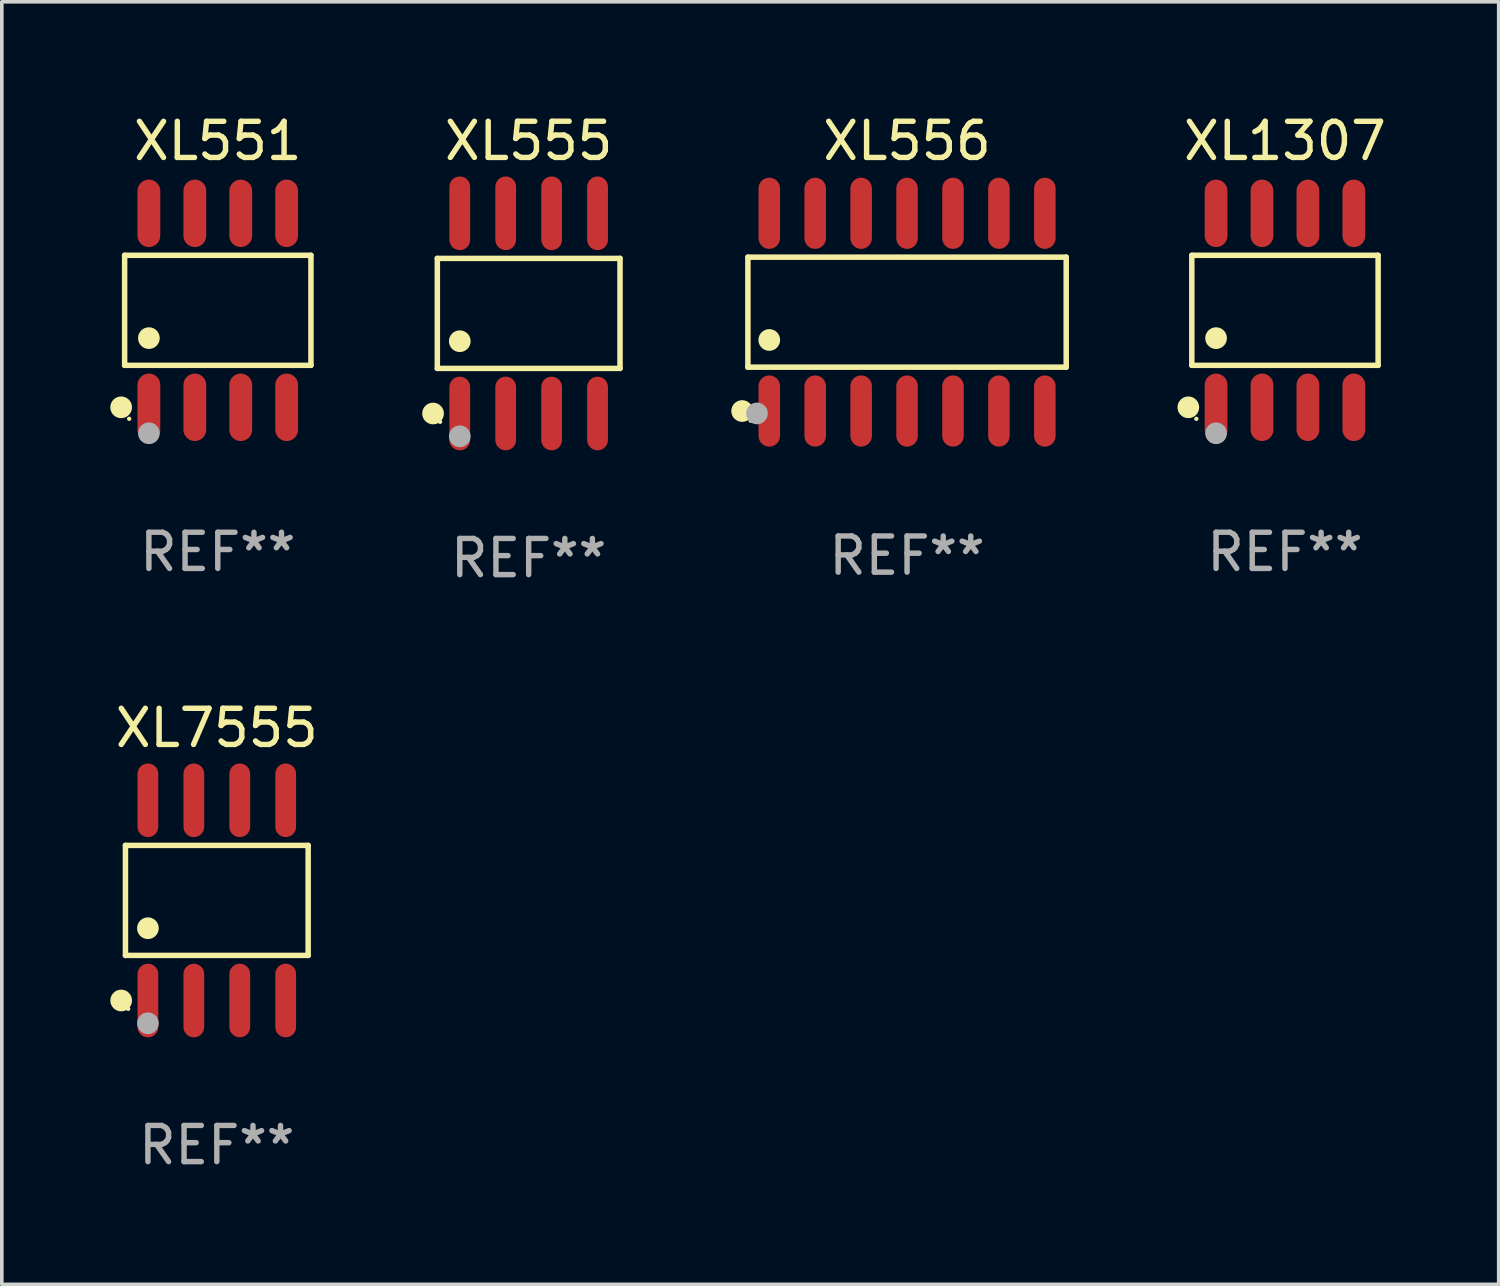
<source format=kicad_pcb>
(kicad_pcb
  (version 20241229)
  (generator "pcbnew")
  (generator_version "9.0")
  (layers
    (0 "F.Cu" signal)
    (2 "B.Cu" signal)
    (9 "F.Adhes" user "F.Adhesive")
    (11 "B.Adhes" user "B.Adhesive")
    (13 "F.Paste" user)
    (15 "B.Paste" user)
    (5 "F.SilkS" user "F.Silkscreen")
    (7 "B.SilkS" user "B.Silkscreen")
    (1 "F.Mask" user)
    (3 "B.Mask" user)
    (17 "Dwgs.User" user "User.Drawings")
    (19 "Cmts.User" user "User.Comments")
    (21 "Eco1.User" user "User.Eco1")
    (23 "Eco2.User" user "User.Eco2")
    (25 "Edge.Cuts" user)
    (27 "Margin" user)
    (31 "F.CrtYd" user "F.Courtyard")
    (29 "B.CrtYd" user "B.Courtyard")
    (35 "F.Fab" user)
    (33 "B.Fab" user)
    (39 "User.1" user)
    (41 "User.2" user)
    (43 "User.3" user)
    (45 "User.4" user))
  (footprint "XL1307"
    (layer "F.Cu")
    (at 32.482 5.531)
    (property "Reference" "XL1307" (at 0 -4.682 0) (layer "F.SilkS") (effects (font (size 1 1) (thickness 0.15))))
    (attr through_hole)
    (fp_line (start -2.576 -1.521) (end 2.576 -1.521) (stroke (width 0.152) (type solid)) (layer "F.SilkS"))
    (fp_line (start -2.576 1.521) (end -2.576 -1.521) (stroke (width 0.152) (type solid)) (layer "F.SilkS"))
    (fp_line (start 2.576 -1.521) (end 2.576 1.521) (stroke (width 0.152) (type solid)) (layer "F.SilkS"))
    (fp_line (start 2.576 1.521) (end -2.576 1.521) (stroke (width 0.152) (type solid)) (layer "F.SilkS"))
    (fp_circle (center -2.672 2.682) (end -2.522 2.682) (stroke (width 0.3) (type solid)) (fill no) (layer "F.SilkS"))
    (fp_circle (center -2.45 3) (end -2.42 3) (stroke (width 0.06) (type solid)) (fill no) (layer "F.SilkS"))
    (fp_circle (center -1.905 0.769) (end -1.755 0.769) (stroke (width 0.3) (type solid)) (fill no) (layer "F.SilkS"))
    (fp_circle (center -1.905 3.4) (end -1.755 3.4) (stroke (width 0.3) (type solid)) (fill no) (layer "F.Fab"))
    (fp_text user "REF**" (at 0 6.682 0) (layer "F.Fab") (effects (font (size 1 1) (thickness 0.15))))
    (pad "1" smd oval (at -1.905 2.682) (size 0.63 1.865) (layers "F.Cu" "F.Mask" "F.Paste"))
    (pad "2" smd oval (at -0.635 2.682) (size 0.63 1.865) (layers "F.Cu" "F.Mask" "F.Paste"))
    (pad "3" smd oval (at 0.635 2.682) (size 0.63 1.865) (layers "F.Cu" "F.Mask" "F.Paste"))
    (pad "4" smd oval (at 1.905 2.682) (size 0.63 1.865) (layers "F.Cu" "F.Mask" "F.Paste"))
    (pad "5" smd oval (at 1.905 -2.682) (size 0.63 1.865) (layers "F.Cu" "F.Mask" "F.Paste"))
    (pad "6" smd oval (at 0.635 -2.682) (size 0.63 1.865) (layers "F.Cu" "F.Mask" "F.Paste"))
    (pad "7" smd oval (at -0.635 -2.682) (size 0.63 1.865) (layers "F.Cu" "F.Mask" "F.Paste"))
    (pad "8" smd oval (at -1.905 -2.682) (size 0.63 1.865) (layers "F.Cu" "F.Mask" "F.Paste")))
  (footprint "XL555"
    (layer "F.Cu")
    (at 11.569 5.616)
    (property "Reference" "XL555" (at 0 -4.768 0) (layer "F.SilkS") (effects (font (size 1 1) (thickness 0.15))))
    (attr through_hole)
    (fp_line (start -2.526 -1.521) (end 2.526 -1.521) (stroke (width 0.152) (type solid)) (layer "F.SilkS"))
    (fp_line (start -2.526 1.521) (end -2.526 -1.521) (stroke (width 0.152) (type solid)) (layer "F.SilkS"))
    (fp_line (start 2.526 -1.521) (end 2.526 1.521) (stroke (width 0.152) (type solid)) (layer "F.SilkS"))
    (fp_line (start 2.526 1.521) (end -2.526 1.521) (stroke (width 0.152) (type solid)) (layer "F.SilkS"))
    (fp_circle (center -2.644 2.768) (end -2.494 2.768) (stroke (width 0.3) (type solid)) (fill no) (layer "F.SilkS"))
    (fp_circle (center -2.45 2.998) (end -2.42 2.998) (stroke (width 0.06) (type solid)) (fill no) (layer "F.SilkS"))
    (fp_circle (center -1.905 0.769) (end -1.755 0.769) (stroke (width 0.3) (type solid)) (fill no) (layer "F.SilkS"))
    (fp_circle (center -1.905 3.398) (end -1.755 3.398) (stroke (width 0.3) (type solid)) (fill no) (layer "F.Fab"))
    (fp_text user "REF**" (at 0 6.768 0) (layer "F.Fab") (effects (font (size 1 1) (thickness 0.15))))
    (pad "1" smd oval (at -1.905 2.768) (size 0.574 2.036) (layers "F.Cu" "F.Mask" "F.Paste"))
    (pad "2" smd oval (at -0.635 2.768) (size 0.574 2.036) (layers "F.Cu" "F.Mask" "F.Paste"))
    (pad "3" smd oval (at 0.635 2.768) (size 0.574 2.036) (layers "F.Cu" "F.Mask" "F.Paste"))
    (pad "4" smd oval (at 1.905 2.768) (size 0.574 2.036) (layers "F.Cu" "F.Mask" "F.Paste"))
    (pad "5" smd oval (at 1.905 -2.768) (size 0.574 2.036) (layers "F.Cu" "F.Mask" "F.Paste"))
    (pad "6" smd oval (at 0.635 -2.768) (size 0.574 2.036) (layers "F.Cu" "F.Mask" "F.Paste"))
    (pad "7" smd oval (at -0.635 -2.768) (size 0.574 2.036) (layers "F.Cu" "F.Mask" "F.Paste"))
    (pad "8" smd oval (at -1.905 -2.768) (size 0.574 2.036) (layers "F.Cu" "F.Mask" "F.Paste")))
  (footprint "XL7555"
    (layer "F.Cu")
    (at 2.945 21.848)
    (property "Reference" "XL7555" (at 0 -4.768 0) (layer "F.SilkS") (effects (font (size 1 1) (thickness 0.15))))
    (attr through_hole)
    (fp_line (start -2.526 -1.521) (end 2.526 -1.521) (stroke (width 0.152) (type solid)) (layer "F.SilkS"))
    (fp_line (start -2.526 1.521) (end -2.526 -1.521) (stroke (width 0.152) (type solid)) (layer "F.SilkS"))
    (fp_line (start 2.526 -1.521) (end 2.526 1.521) (stroke (width 0.152) (type solid)) (layer "F.SilkS"))
    (fp_line (start 2.526 1.521) (end -2.526 1.521) (stroke (width 0.152) (type solid)) (layer "F.SilkS"))
    (fp_circle (center -2.644 2.768) (end -2.494 2.768) (stroke (width 0.3) (type solid)) (fill no) (layer "F.SilkS"))
    (fp_circle (center -2.45 2.998) (end -2.42 2.998) (stroke (width 0.06) (type solid)) (fill no) (layer "F.SilkS"))
    (fp_circle (center -1.905 0.769) (end -1.755 0.769) (stroke (width 0.3) (type solid)) (fill no) (layer "F.SilkS"))
    (fp_circle (center -1.905 3.398) (end -1.755 3.398) (stroke (width 0.3) (type solid)) (fill no) (layer "F.Fab"))
    (fp_text user "REF**" (at 0 6.768 0) (layer "F.Fab") (effects (font (size 1 1) (thickness 0.15))))
    (pad "1" smd oval (at -1.905 2.768) (size 0.574 2.036) (layers "F.Cu" "F.Mask" "F.Paste"))
    (pad "2" smd oval (at -0.635 2.768) (size 0.574 2.036) (layers "F.Cu" "F.Mask" "F.Paste"))
    (pad "3" smd oval (at 0.635 2.768) (size 0.574 2.036) (layers "F.Cu" "F.Mask" "F.Paste"))
    (pad "4" smd oval (at 1.905 2.768) (size 0.574 2.036) (layers "F.Cu" "F.Mask" "F.Paste"))
    (pad "5" smd oval (at 1.905 -2.768) (size 0.574 2.036) (layers "F.Cu" "F.Mask" "F.Paste"))
    (pad "6" smd oval (at 0.635 -2.768) (size 0.574 2.036) (layers "F.Cu" "F.Mask" "F.Paste"))
    (pad "7" smd oval (at -0.635 -2.768) (size 0.574 2.036) (layers "F.Cu" "F.Mask" "F.Paste"))
    (pad "8" smd oval (at -1.905 -2.768) (size 0.574 2.036) (layers "F.Cu" "F.Mask" "F.Paste")))
  (footprint "XL556"
    (layer "F.Cu")
    (at 22.032 5.582)
    (property "Reference" "XL556" (at 0 -4.734 0) (layer "F.SilkS") (effects (font (size 1 1) (thickness 0.15))))
    (attr through_hole)
    (fp_line (start -4.401 -1.521) (end 4.401 -1.521) (stroke (width 0.152) (type solid)) (layer "F.SilkS"))
    (fp_line (start -4.401 1.521) (end -4.401 -1.521) (stroke (width 0.152) (type solid)) (layer "F.SilkS"))
    (fp_line (start 4.401 -1.521) (end 4.401 1.521) (stroke (width 0.152) (type solid)) (layer "F.SilkS"))
    (fp_line (start 4.401 1.521) (end -4.401 1.521) (stroke (width 0.152) (type solid)) (layer "F.SilkS"))
    (fp_circle (center -4.56 2.734) (end -4.41 2.734) (stroke (width 0.3) (type solid)) (fill no) (layer "F.SilkS"))
    (fp_circle (center -4.325 3) (end -4.295 3) (stroke (width 0.06) (type solid)) (fill no) (layer "F.SilkS"))
    (fp_circle (center -3.81 0.769) (end -3.66 0.769) (stroke (width 0.3) (type solid)) (fill no) (layer "F.SilkS"))
    (fp_circle (center -4.15 2.8) (end -4 2.8) (stroke (width 0.3) (type solid)) (fill no) (layer "F.Fab"))
    (fp_text user "REF**" (at 0 6.734 0) (layer "F.Fab") (effects (font (size 1 1) (thickness 0.15))))
    (pad "1" smd oval (at -3.81 2.734) (size 0.595 1.968) (layers "F.Cu" "F.Mask" "F.Paste"))
    (pad "2" smd oval (at -2.54 2.734) (size 0.595 1.968) (layers "F.Cu" "F.Mask" "F.Paste"))
    (pad "3" smd oval (at -1.27 2.734) (size 0.595 1.968) (layers "F.Cu" "F.Mask" "F.Paste"))
    (pad "4" smd oval (at 0 2.734) (size 0.595 1.968) (layers "F.Cu" "F.Mask" "F.Paste"))
    (pad "5" smd oval (at 1.27 2.734) (size 0.595 1.968) (layers "F.Cu" "F.Mask" "F.Paste"))
    (pad "6" smd oval (at 2.54 2.734) (size 0.595 1.968) (layers "F.Cu" "F.Mask" "F.Paste"))
    (pad "7" smd oval (at 3.81 2.734) (size 0.595 1.968) (layers "F.Cu" "F.Mask" "F.Paste"))
    (pad "8" smd oval (at 3.81 -2.734) (size 0.595 1.968) (layers "F.Cu" "F.Mask" "F.Paste"))
    (pad "9" smd oval (at 2.54 -2.734) (size 0.595 1.968) (layers "F.Cu" "F.Mask" "F.Paste"))
    (pad "10" smd oval (at 1.27 -2.734) (size 0.595 1.968) (layers "F.Cu" "F.Mask" "F.Paste"))
    (pad "11" smd oval (at 0 -2.734) (size 0.595 1.968) (layers "F.Cu" "F.Mask" "F.Paste"))
    (pad "12" smd oval (at -1.27 -2.734) (size 0.595 1.968) (layers "F.Cu" "F.Mask" "F.Paste"))
    (pad "13" smd oval (at -2.54 -2.734) (size 0.595 1.968) (layers "F.Cu" "F.Mask" "F.Paste"))
    (pad "14" smd oval (at -3.81 -2.734) (size 0.595 1.968) (layers "F.Cu" "F.Mask" "F.Paste")))
  (footprint "XL551"
    (layer "F.Cu")
    (at 2.972 5.531)
    (property "Reference" "XL551" (at 0 -4.682 0) (layer "F.SilkS") (effects (font (size 1 1) (thickness 0.15))))
    (attr through_hole)
    (fp_line (start -2.576 -1.521) (end 2.576 -1.521) (stroke (width 0.152) (type solid)) (layer "F.SilkS"))
    (fp_line (start -2.576 1.521) (end -2.576 -1.521) (stroke (width 0.152) (type solid)) (layer "F.SilkS"))
    (fp_line (start 2.576 -1.521) (end 2.576 1.521) (stroke (width 0.152) (type solid)) (layer "F.SilkS"))
    (fp_line (start 2.576 1.521) (end -2.576 1.521) (stroke (width 0.152) (type solid)) (layer "F.SilkS"))
    (fp_circle (center -2.672 2.682) (end -2.522 2.682) (stroke (width 0.3) (type solid)) (fill no) (layer "F.SilkS"))
    (fp_circle (center -2.45 3) (end -2.42 3) (stroke (width 0.06) (type solid)) (fill no) (layer "F.SilkS"))
    (fp_circle (center -1.905 0.769) (end -1.755 0.769) (stroke (width 0.3) (type solid)) (fill no) (layer "F.SilkS"))
    (fp_circle (center -1.905 3.4) (end -1.755 3.4) (stroke (width 0.3) (type solid)) (fill no) (layer "F.Fab"))
    (fp_text user "REF**" (at 0 6.682 0) (layer "F.Fab") (effects (font (size 1 1) (thickness 0.15))))
    (pad "1" smd oval (at -1.905 2.682) (size 0.63 1.865) (layers "F.Cu" "F.Mask" "F.Paste"))
    (pad "2" smd oval (at -0.635 2.682) (size 0.63 1.865) (layers "F.Cu" "F.Mask" "F.Paste"))
    (pad "3" smd oval (at 0.635 2.682) (size 0.63 1.865) (layers "F.Cu" "F.Mask" "F.Paste"))
    (pad "4" smd oval (at 1.905 2.682) (size 0.63 1.865) (layers "F.Cu" "F.Mask" "F.Paste"))
    (pad "5" smd oval (at 1.905 -2.682) (size 0.63 1.865) (layers "F.Cu" "F.Mask" "F.Paste"))
    (pad "6" smd oval (at 0.635 -2.682) (size 0.63 1.865) (layers "F.Cu" "F.Mask" "F.Paste"))
    (pad "7" smd oval (at -0.635 -2.682) (size 0.63 1.865) (layers "F.Cu" "F.Mask" "F.Paste"))
    (pad "8" smd oval (at -1.905 -2.682) (size 0.63 1.865) (layers "F.Cu" "F.Mask" "F.Paste")))
  (gr_rect
    (start -3 -3)
    (end 38.392 32.464)
    (stroke (width 0.1) (type default))
    (fill no)
    (layer "Edge.Cuts")))
</source>
